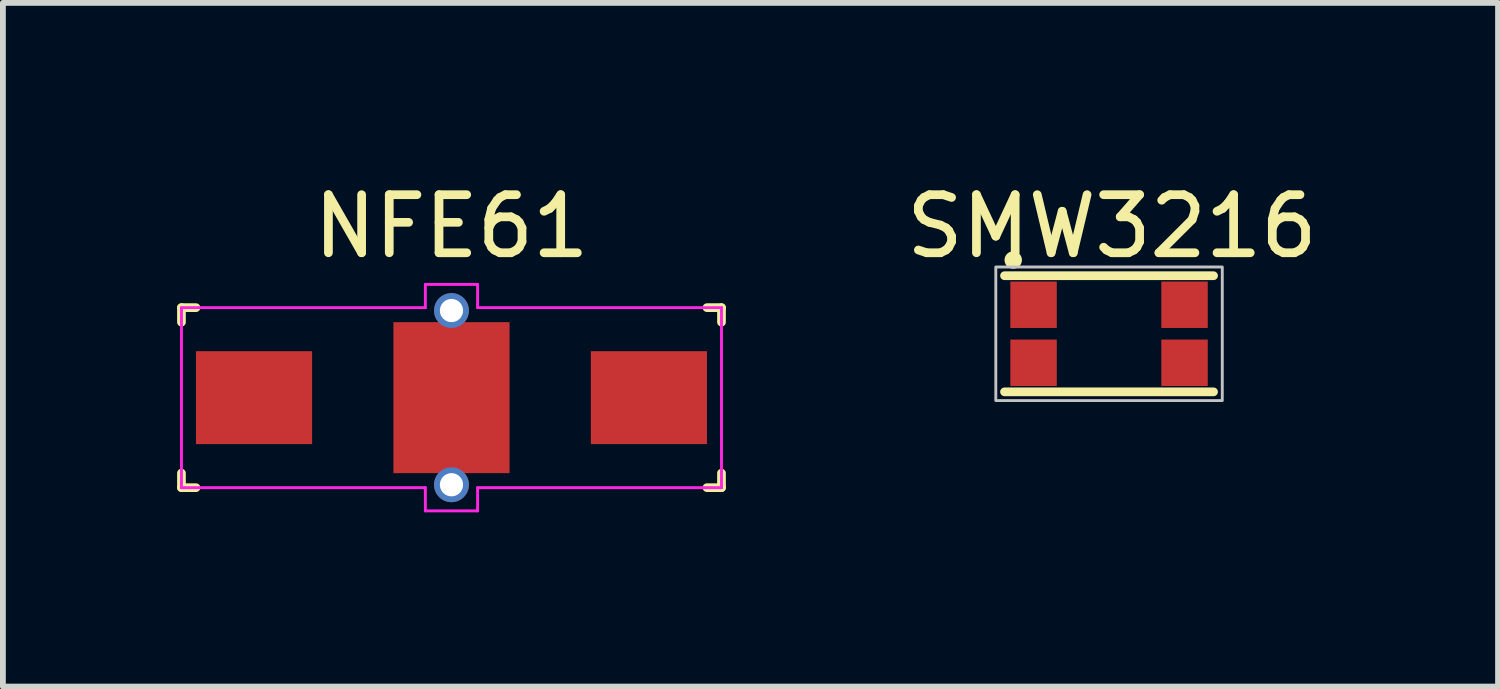
<source format=kicad_pcb>
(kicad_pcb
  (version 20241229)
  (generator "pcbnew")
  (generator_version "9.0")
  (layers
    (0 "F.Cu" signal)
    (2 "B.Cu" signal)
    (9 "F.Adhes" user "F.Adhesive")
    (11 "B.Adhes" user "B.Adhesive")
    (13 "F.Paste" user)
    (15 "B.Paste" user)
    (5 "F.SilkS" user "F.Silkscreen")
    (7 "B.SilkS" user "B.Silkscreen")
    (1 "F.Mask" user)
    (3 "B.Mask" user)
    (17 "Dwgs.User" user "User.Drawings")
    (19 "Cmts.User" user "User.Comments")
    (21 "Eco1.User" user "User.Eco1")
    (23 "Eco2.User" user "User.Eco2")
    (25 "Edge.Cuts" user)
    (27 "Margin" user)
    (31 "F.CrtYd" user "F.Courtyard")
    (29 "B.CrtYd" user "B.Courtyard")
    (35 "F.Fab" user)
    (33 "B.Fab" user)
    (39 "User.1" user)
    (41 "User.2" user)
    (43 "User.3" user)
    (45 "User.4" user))
  (footprint "NFE61"
    (layer "F.Cu")
    (at 4.725 3.798)
    (property "Reference" "NFE61" (at 0 -2.95 0) (unlocked yes) (layer "F.SilkS") (effects (font (size 1 1) (thickness 0.15))))
    (attr smd)
    (fp_line (start -4.65 -1.55) (end -4.65 -1.3) (stroke (width 0.15) (type solid)) (layer "F.SilkS"))
    (fp_line (start -4.65 -1.55) (end -4.4 -1.55) (stroke (width 0.15) (type solid)) (layer "F.SilkS"))
    (fp_line (start -4.65 1.55) (end -4.65 1.3) (stroke (width 0.15) (type solid)) (layer "F.SilkS"))
    (fp_line (start -4.65 1.55) (end -4.4 1.55) (stroke (width 0.15) (type solid)) (layer "F.SilkS"))
    (fp_line (start 4.65 -1.55) (end 4.4 -1.55) (stroke (width 0.15) (type solid)) (layer "F.SilkS"))
    (fp_line (start 4.65 -1.55) (end 4.65 -1.3) (stroke (width 0.15) (type solid)) (layer "F.SilkS"))
    (fp_line (start 4.65 1.55) (end 4.4 1.55) (stroke (width 0.15) (type solid)) (layer "F.SilkS"))
    (fp_line (start 4.65 1.55) (end 4.65 1.3) (stroke (width 0.15) (type solid)) (layer "F.SilkS"))
    (fp_line (start -4.65 -1.55) (end -4.65 1.55) (stroke (width 0.05) (type solid)) (layer "F.CrtYd"))
    (fp_line (start -4.65 1.55) (end -0.45 1.55) (stroke (width 0.05) (type solid)) (layer "F.CrtYd"))
    (fp_line (start -0.45 -1.95) (end -0.45 -1.55) (stroke (width 0.05) (type solid)) (layer "F.CrtYd"))
    (fp_line (start -0.45 -1.55) (end -4.65 -1.55) (stroke (width 0.05) (type solid)) (layer "F.CrtYd"))
    (fp_line (start -0.45 1.95) (end -0.45 1.55) (stroke (width 0.05) (type solid)) (layer "F.CrtYd"))
    (fp_line (start -0.45 1.95) (end 0.45 1.95) (stroke (width 0.05) (type solid)) (layer "F.CrtYd"))
    (fp_line (start 0.45 -1.95) (end -0.45 -1.95) (stroke (width 0.05) (type solid)) (layer "F.CrtYd"))
    (fp_line (start 0.45 -1.95) (end 0.45 -1.55) (stroke (width 0.05) (type solid)) (layer "F.CrtYd"))
    (fp_line (start 0.45 1.55) (end 4.65 1.55) (stroke (width 0.05) (type solid)) (layer "F.CrtYd"))
    (fp_line (start 0.45 1.95) (end 0.45 1.55) (stroke (width 0.05) (type solid)) (layer "F.CrtYd"))
    (fp_line (start 4.65 -1.55) (end 0.45 -1.55) (stroke (width 0.05) (type solid)) (layer "F.CrtYd"))
    (fp_line (start 4.65 1.55) (end 4.65 -1.55) (stroke (width 0.05) (type solid)) (layer "F.CrtYd"))
    (pad "1" smd rect (at -3.4 0) (size 2 1.6) (layers "F.Cu" "F.Mask" "F.Paste"))
    (pad "2" thru_hole circle (at 0 -1.5) (size 0.6 0.6) (drill 0.4) (layers "*.Cu" "*.Mask"))
    (pad "2" smd rect (at 0 0) (size 2 2.6) (layers "F.Cu" "F.Mask" "F.Paste"))
    (pad "2" thru_hole circle (at 0 1.5) (size 0.6 0.6) (drill 0.4) (layers "*.Cu" "*.Mask"))
    (pad "3" smd rect (at 3.4 0) (size 2 1.6) (layers "F.Cu" "F.Mask" "F.Paste")))
  (footprint "SMW3216"
    (layer "F.Cu")
    (at 16.049 2.698)
    (property "Reference" "SMW3216" (at 0.05 -1.85 0) (unlocked yes) (layer "F.SilkS") (effects (font (size 1 1) (thickness 0.15))))
    (attr smd)
    (fp_line (start -1.8 -1) (end 1.8 -1) (stroke (width 0.15) (type solid)) (layer "F.SilkS"))
    (fp_line (start -1.8 1) (end 1.8 1) (stroke (width 0.15) (type solid)) (layer "F.SilkS"))
    (fp_circle (center -1.65 -1.27) (end -1.575 -1.27) (stroke (width 0.15) (type solid)) (fill no) (layer "F.SilkS"))
    (fp_rect (start -1.95 -1.15) (end 1.95 1.15) (stroke (width 0.05) (type solid)) (fill no) (layer "Dwgs.User"))
    (pad "1" smd rect (at -1.3 -0.5) (size 0.8 0.8) (layers "F.Cu" "F.Mask" "F.Paste"))
    (pad "2" smd rect (at 1.3 -0.5) (size 0.8 0.8) (layers "F.Cu" "F.Mask" "F.Paste"))
    (pad "3" smd rect (at -1.3 0.5) (size 0.8 0.8) (layers "F.Cu" "F.Mask" "F.Paste"))
    (pad "4" smd rect (at 1.3 0.5) (size 0.8 0.8) (layers "F.Cu" "F.Mask" "F.Paste")))
  (gr_rect
    (start -3 -3)
    (end 22.748 8.773)
    (stroke (width 0.1) (type default))
    (fill no)
    (layer "Edge.Cuts")))
</source>
